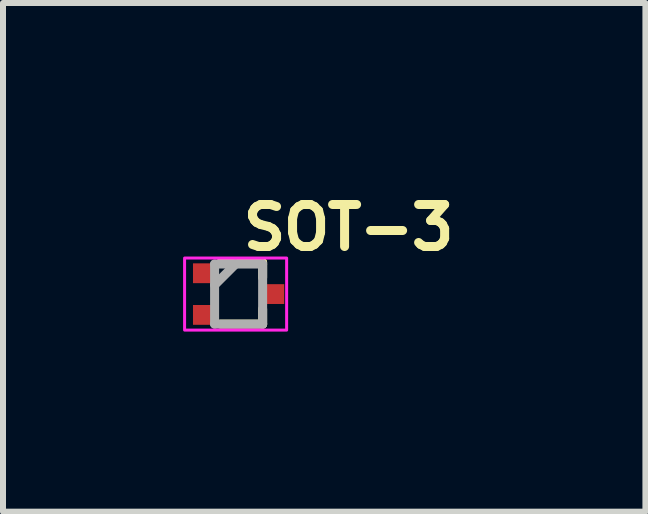
<source format=kicad_pcb>
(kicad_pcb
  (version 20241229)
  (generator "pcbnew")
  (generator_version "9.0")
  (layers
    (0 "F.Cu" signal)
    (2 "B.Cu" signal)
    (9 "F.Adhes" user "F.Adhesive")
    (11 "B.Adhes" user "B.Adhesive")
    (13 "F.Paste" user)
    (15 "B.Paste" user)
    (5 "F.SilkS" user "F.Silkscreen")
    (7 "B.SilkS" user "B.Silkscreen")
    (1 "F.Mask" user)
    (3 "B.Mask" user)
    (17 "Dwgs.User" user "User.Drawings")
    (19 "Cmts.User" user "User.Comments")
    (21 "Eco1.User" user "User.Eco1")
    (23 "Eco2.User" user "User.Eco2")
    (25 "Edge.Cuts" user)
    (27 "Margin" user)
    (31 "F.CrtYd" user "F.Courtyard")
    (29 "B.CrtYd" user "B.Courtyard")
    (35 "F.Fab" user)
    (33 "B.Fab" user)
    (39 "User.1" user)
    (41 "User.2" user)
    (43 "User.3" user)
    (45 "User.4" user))
  (footprint "SOT-3"
    (layer "F.Cu")
    (at 0.925 1.849)
    (property "Reference" "SOT-3" (at 0 -0.699 0) (layer "F.SilkS") (effects (font (size 0.7 0.7) (thickness 0.15)) (justify left bottom)))
    (attr smd)
    (fp_line (start 0.4 -0.525) (end -0.3 -0.525) (stroke (width 0.15) (type solid)) (layer "F.SilkS"))
    (fp_line (start 0.4 -0.275) (end 0.4 -0.525) (stroke (width 0.15) (type solid)) (layer "F.SilkS"))
    (fp_line (start 0.4 0.5) (end -0.3 0.5) (stroke (width 0.15) (type solid)) (layer "F.SilkS"))
    (fp_line (start 0.4 0.5) (end 0.4 0.25) (stroke (width 0.15) (type solid)) (layer "F.SilkS"))
    (fp_rect (start -0.9 -0.6) (end 0.8 0.6) (stroke (width 0.05) (type solid)) (fill no) (layer "F.CrtYd"))
    (fp_line (start -0.4 -0.5) (end 0.4 -0.5) (stroke (width 0.15) (type solid)) (layer "F.Fab"))
    (fp_line (start -0.4 -0.15) (end -0.05 -0.5) (stroke (width 0.15) (type solid)) (layer "F.Fab"))
    (fp_line (start -0.4 0.5) (end -0.4 -0.5) (stroke (width 0.15) (type solid)) (layer "F.Fab"))
    (fp_line (start 0.4 -0.5) (end 0.4 0.5) (stroke (width 0.15) (type solid)) (layer "F.Fab"))
    (fp_line (start 0.4 0.5) (end -0.4 0.5) (stroke (width 0.15) (type solid)) (layer "F.Fab"))
    (fp_rect (start -0.5 -0.5) (end 0.5 0.5) (stroke (width 0.1) (type solid)) (fill no) (layer "User.5"))
    (fp_line (start -0.5 -0.425) (end -0.5 -0.275) (stroke (width 0.02) (type solid)) (layer "User.9"))
    (fp_line (start -0.5 -0.275) (end -0.393 -0.275) (stroke (width 0.02) (type solid)) (layer "User.9"))
    (fp_line (start -0.5 0.275) (end -0.5 0.425) (stroke (width 0.02) (type solid)) (layer "User.9"))
    (fp_line (start -0.5 0.425) (end -0.393 0.425) (stroke (width 0.02) (type solid)) (layer "User.9"))
    (fp_line (start -0.4 -0.474) (end -0.4 -0.425) (stroke (width 0.02) (type solid)) (layer "User.9"))
    (fp_line (start -0.4 -0.474) (end -0.399 -0.476) (stroke (width 0.02) (type solid)) (layer "User.9"))
    (fp_line (start -0.4 -0.275) (end -0.4 0.275) (stroke (width 0.02) (type solid)) (layer "User.9"))
    (fp_line (start -0.4 0.425) (end -0.4 0.474) (stroke (width 0.02) (type solid)) (layer "User.9"))
    (fp_line (start -0.399 -0.48) (end -0.398 -0.481) (stroke (width 0.02) (type solid)) (layer "User.9"))
    (fp_line (start -0.399 -0.478) (end -0.399 -0.48) (stroke (width 0.02) (type solid)) (layer "User.9"))
    (fp_line (start -0.399 -0.476) (end -0.399 -0.478) (stroke (width 0.02) (type solid)) (layer "User.9"))
    (fp_line (start -0.399 0.476) (end -0.4 0.474) (stroke (width 0.02) (type solid)) (layer "User.9"))
    (fp_line (start -0.399 0.478) (end -0.399 0.476) (stroke (width 0.02) (type solid)) (layer "User.9"))
    (fp_line (start -0.399 0.48) (end -0.399 0.478) (stroke (width 0.02) (type solid)) (layer "User.9"))
    (fp_line (start -0.398 -0.484) (end -0.397 -0.485) (stroke (width 0.02) (type solid)) (layer "User.9"))
    (fp_line (start -0.398 -0.482) (end -0.398 -0.484) (stroke (width 0.02) (type solid)) (layer "User.9"))
    (fp_line (start -0.398 -0.481) (end -0.398 -0.482) (stroke (width 0.02) (type solid)) (layer "User.9"))
    (fp_line (start -0.398 0.481) (end -0.399 0.48) (stroke (width 0.02) (type solid)) (layer "User.9"))
    (fp_line (start -0.398 0.482) (end -0.398 0.481) (stroke (width 0.02) (type solid)) (layer "User.9"))
    (fp_line (start -0.398 0.484) (end -0.398 0.482) (stroke (width 0.02) (type solid)) (layer "User.9"))
    (fp_line (start -0.397 -0.486) (end -0.396 -0.487) (stroke (width 0.02) (type solid)) (layer "User.9"))
    (fp_line (start -0.397 -0.485) (end -0.397 -0.486) (stroke (width 0.02) (type solid)) (layer "User.9"))
    (fp_line (start -0.397 0.485) (end -0.398 0.484) (stroke (width 0.02) (type solid)) (layer "User.9"))
    (fp_line (start -0.397 0.486) (end -0.397 0.485) (stroke (width 0.02) (type solid)) (layer "User.9"))
    (fp_line (start -0.396 -0.488) (end -0.395 -0.489) (stroke (width 0.02) (type solid)) (layer "User.9"))
    (fp_line (start -0.396 -0.487) (end -0.396 -0.488) (stroke (width 0.02) (type solid)) (layer "User.9"))
    (fp_line (start -0.396 0.487) (end -0.397 0.486) (stroke (width 0.02) (type solid)) (layer "User.9"))
    (fp_line (start -0.396 0.488) (end -0.396 0.487) (stroke (width 0.02) (type solid)) (layer "User.9"))
    (fp_line (start -0.395 -0.489) (end -0.394 -0.49) (stroke (width 0.02) (type solid)) (layer "User.9"))
    (fp_line (start -0.395 0.489) (end -0.396 0.488) (stroke (width 0.02) (type solid)) (layer "User.9"))
    (fp_line (start -0.394 -0.491) (end -0.393 -0.492) (stroke (width 0.02) (type solid)) (layer "User.9"))
    (fp_line (start -0.394 -0.49) (end -0.394 -0.491) (stroke (width 0.02) (type solid)) (layer "User.9"))
    (fp_line (start -0.394 0.49) (end -0.395 0.489) (stroke (width 0.02) (type solid)) (layer "User.9"))
    (fp_line (start -0.394 0.491) (end -0.394 0.49) (stroke (width 0.02) (type solid)) (layer "User.9"))
    (fp_line (start -0.393 -0.492) (end -0.392 -0.492) (stroke (width 0.02) (type solid)) (layer "User.9"))
    (fp_line (start -0.393 -0.425) (end -0.5 -0.425) (stroke (width 0.02) (type solid)) (layer "User.9"))
    (fp_line (start -0.393 -0.425) (end -0.393 -0.275) (stroke (width 0.02) (type solid)) (layer "User.9"))
    (fp_line (start -0.393 0.275) (end -0.5 0.275) (stroke (width 0.02) (type solid)) (layer "User.9"))
    (fp_line (start -0.393 0.275) (end -0.393 0.425) (stroke (width 0.02) (type solid)) (layer "User.9"))
    (fp_line (start -0.393 0.492) (end -0.394 0.491) (stroke (width 0.02) (type solid)) (layer "User.9"))
    (fp_line (start -0.392 -0.493) (end -0.391 -0.494) (stroke (width 0.02) (type solid)) (layer "User.9"))
    (fp_line (start -0.392 -0.492) (end -0.392 -0.493) (stroke (width 0.02) (type solid)) (layer "User.9"))
    (fp_line (start -0.392 0.492) (end -0.393 0.492) (stroke (width 0.02) (type solid)) (layer "User.9"))
    (fp_line (start -0.392 0.493) (end -0.392 0.492) (stroke (width 0.02) (type solid)) (layer "User.9"))
    (fp_line (start -0.391 -0.494) (end -0.39 -0.494) (stroke (width 0.02) (type solid)) (layer "User.9"))
    (fp_line (start -0.391 0.494) (end -0.392 0.493) (stroke (width 0.02) (type solid)) (layer "User.9"))
    (fp_line (start -0.39 -0.494) (end -0.389 -0.495) (stroke (width 0.02) (type solid)) (layer "User.9"))
    (fp_line (start -0.39 0.494) (end -0.391 0.494) (stroke (width 0.02) (type solid)) (layer "User.9"))
    (fp_line (start -0.389 -0.495) (end -0.388 -0.496) (stroke (width 0.02) (type solid)) (layer "User.9"))
    (fp_line (start -0.389 0.495) (end -0.39 0.494) (stroke (width 0.02) (type solid)) (layer "User.9"))
    (fp_line (start -0.388 -0.496) (end -0.387 -0.496) (stroke (width 0.02) (type solid)) (layer "User.9"))
    (fp_line (start -0.388 0.496) (end -0.389 0.495) (stroke (width 0.02) (type solid)) (layer "User.9"))
    (fp_line (start -0.387 -0.496) (end -0.386 -0.497) (stroke (width 0.02) (type solid)) (layer "User.9"))
    (fp_line (start -0.387 0.496) (end -0.388 0.496) (stroke (width 0.02) (type solid)) (layer "User.9"))
    (fp_line (start -0.386 -0.497) (end -0.385 -0.497) (stroke (width 0.02) (type solid)) (layer "User.9"))
    (fp_line (start -0.386 0.497) (end -0.387 0.496) (stroke (width 0.02) (type solid)) (layer "User.9"))
    (fp_line (start -0.385 -0.497) (end -0.384 -0.498) (stroke (width 0.02) (type solid)) (layer "User.9"))
    (fp_line (start -0.385 0.497) (end -0.386 0.497) (stroke (width 0.02) (type solid)) (layer "User.9"))
    (fp_line (start -0.384 -0.498) (end -0.382 -0.498) (stroke (width 0.02) (type solid)) (layer "User.9"))
    (fp_line (start -0.384 0.498) (end -0.385 0.497) (stroke (width 0.02) (type solid)) (layer "User.9"))
    (fp_line (start -0.382 -0.498) (end -0.381 -0.498) (stroke (width 0.02) (type solid)) (layer "User.9"))
    (fp_line (start -0.382 0.498) (end -0.384 0.498) (stroke (width 0.02) (type solid)) (layer "User.9"))
    (fp_line (start -0.381 -0.498) (end -0.38 -0.499) (stroke (width 0.02) (type solid)) (layer "User.9"))
    (fp_line (start -0.381 0.498) (end -0.382 0.498) (stroke (width 0.02) (type solid)) (layer "User.9"))
    (fp_line (start -0.38 -0.499) (end -0.379 -0.499) (stroke (width 0.02) (type solid)) (layer "User.9"))
    (fp_line (start -0.38 0.499) (end -0.381 0.498) (stroke (width 0.02) (type solid)) (layer "User.9"))
    (fp_line (start -0.379 -0.499) (end -0.377 -0.499) (stroke (width 0.02) (type solid)) (layer "User.9"))
    (fp_line (start -0.379 0.499) (end -0.38 0.499) (stroke (width 0.02) (type solid)) (layer "User.9"))
    (fp_line (start -0.377 -0.499) (end -0.375 -0.5) (stroke (width 0.02) (type solid)) (layer "User.9"))
    (fp_line (start -0.377 0.499) (end -0.379 0.499) (stroke (width 0.02) (type solid)) (layer "User.9"))
    (fp_line (start -0.375 -0.5) (end 0.375 -0.5) (stroke (width 0.02) (type solid)) (layer "User.9"))
    (fp_line (start -0.375 0.5) (end -0.377 0.499) (stroke (width 0.02) (type solid)) (layer "User.9"))
    (fp_line (start -0.375 0.5) (end 0.375 0.5) (stroke (width 0.02) (type solid)) (layer "User.9"))
    (fp_line (start -0.36 -0.442) (end -0.36 -0.44) (stroke (width 0.02) (type solid)) (layer "User.9"))
    (fp_line (start -0.36 -0.44) (end -0.36 -0.439) (stroke (width 0.02) (type solid)) (layer "User.9"))
    (fp_line (start -0.36 -0.439) (end -0.36 -0.438) (stroke (width 0.02) (type solid)) (layer "User.9"))
    (fp_line (start -0.36 -0.438) (end -0.36 -0.437) (stroke (width 0.02) (type solid)) (layer "User.9"))
    (fp_line (start -0.36 -0.437) (end -0.36 -0.435) (stroke (width 0.02) (type solid)) (layer "User.9"))
    (fp_line (start -0.36 0.435) (end -0.36 0.437) (stroke (width 0.02) (type solid)) (layer "User.9"))
    (fp_line (start -0.36 0.437) (end -0.36 0.438) (stroke (width 0.02) (type solid)) (layer "User.9"))
    (fp_line (start -0.36 0.438) (end -0.36 0.439) (stroke (width 0.02) (type solid)) (layer "User.9"))
    (fp_line (start -0.36 0.439) (end -0.36 0.44) (stroke (width 0.02) (type solid)) (layer "User.9"))
    (fp_line (start -0.36 0.44) (end -0.36 0.442) (stroke (width 0.02) (type solid)) (layer "User.9"))
    (fp_line (start -0.36 0.442) (end -0.359 0.443) (stroke (width 0.02) (type solid)) (layer "User.9"))
    (fp_line (start -0.359 -0.444) (end -0.359 -0.443) (stroke (width 0.02) (type solid)) (layer "User.9"))
    (fp_line (start -0.359 -0.443) (end -0.36 -0.442) (stroke (width 0.02) (type solid)) (layer "User.9"))
    (fp_line (start -0.359 0.443) (end -0.359 0.444) (stroke (width 0.02) (type solid)) (layer "User.9"))
    (fp_line (start -0.359 0.444) (end -0.358 0.445) (stroke (width 0.02) (type solid)) (layer "User.9"))
    (fp_line (start -0.358 -0.446) (end -0.358 -0.445) (stroke (width 0.02) (type solid)) (layer "User.9"))
    (fp_line (start -0.358 -0.445) (end -0.359 -0.444) (stroke (width 0.02) (type solid)) (layer "User.9"))
    (fp_line (start -0.358 0.445) (end -0.358 0.446) (stroke (width 0.02) (type solid)) (layer "User.9"))
    (fp_line (start -0.358 0.446) (end -0.357 0.447) (stroke (width 0.02) (type solid)) (layer "User.9"))
    (fp_line (start -0.357 -0.448) (end -0.357 -0.447) (stroke (width 0.02) (type solid)) (layer "User.9"))
    (fp_line (start -0.357 -0.447) (end -0.358 -0.446) (stroke (width 0.02) (type solid)) (layer "User.9"))
    (fp_line (start -0.357 0.447) (end -0.357 0.448) (stroke (width 0.02) (type solid)) (layer "User.9"))
    (fp_line (start -0.357 0.448) (end -0.356 0.449) (stroke (width 0.02) (type solid)) (layer "User.9"))
    (fp_line (start -0.356 -0.449) (end -0.357 -0.448) (stroke (width 0.02) (type solid)) (layer "User.9"))
    (fp_line (start -0.356 0.449) (end -0.355 0.45) (stroke (width 0.02) (type solid)) (layer "User.9"))
    (fp_line (start -0.355 -0.451) (end -0.355 -0.45) (stroke (width 0.02) (type solid)) (layer "User.9"))
    (fp_line (start -0.355 -0.45) (end -0.356 -0.449) (stroke (width 0.02) (type solid)) (layer "User.9"))
    (fp_line (start -0.355 0.45) (end -0.355 0.451) (stroke (width 0.02) (type solid)) (layer "User.9"))
    (fp_line (start -0.355 0.451) (end -0.354 0.452) (stroke (width 0.02) (type solid)) (layer "User.9"))
    (fp_line (start -0.354 -0.452) (end -0.355 -0.451) (stroke (width 0.02) (type solid)) (layer "User.9"))
    (fp_line (start -0.354 0.452) (end -0.353 0.453) (stroke (width 0.02) (type solid)) (layer "User.9"))
    (fp_line (start -0.353 -0.453) (end -0.354 -0.452) (stroke (width 0.02) (type solid)) (layer "User.9"))
    (fp_line (start -0.353 0.453) (end -0.352 0.454) (stroke (width 0.02) (type solid)) (layer "User.9"))
    (fp_line (start -0.352 -0.454) (end -0.353 -0.453) (stroke (width 0.02) (type solid)) (layer "User.9"))
    (fp_line (start -0.352 0.454) (end -0.35 0.455) (stroke (width 0.02) (type solid)) (layer "User.9"))
    (fp_line (start -0.35 -0.455) (end -0.352 -0.454) (stroke (width 0.02) (type solid)) (layer "User.9"))
    (fp_line (start -0.35 0.455) (end -0.349 0.455) (stroke (width 0.02) (type solid)) (layer "User.9"))
    (fp_line (start -0.349 -0.455) (end -0.35 -0.455) (stroke (width 0.02) (type solid)) (layer "User.9"))
    (fp_line (start -0.349 0.455) (end -0.348 0.456) (stroke (width 0.02) (type solid)) (layer "User.9"))
    (fp_line (start -0.348 -0.456) (end -0.349 -0.455) (stroke (width 0.02) (type solid)) (layer "User.9"))
    (fp_line (start -0.348 0.456) (end -0.347 0.457) (stroke (width 0.02) (type solid)) (layer "User.9"))
    (fp_line (start -0.347 -0.457) (end -0.348 -0.456) (stroke (width 0.02) (type solid)) (layer "User.9"))
    (fp_line (start -0.347 0.457) (end -0.346 0.457) (stroke (width 0.02) (type solid)) (layer "User.9"))
    (fp_line (start -0.346 -0.457) (end -0.347 -0.457) (stroke (width 0.02) (type solid)) (layer "User.9"))
    (fp_line (start -0.346 0.457) (end -0.345 0.458) (stroke (width 0.02) (type solid)) (layer "User.9"))
    (fp_line (start -0.345 -0.458) (end -0.346 -0.457) (stroke (width 0.02) (type solid)) (layer "User.9"))
    (fp_line (start -0.345 0.458) (end -0.344 0.458) (stroke (width 0.02) (type solid)) (layer "User.9"))
    (fp_line (start -0.344 -0.458) (end -0.345 -0.458) (stroke (width 0.02) (type solid)) (layer "User.9"))
    (fp_line (start -0.344 0.458) (end -0.343 0.459) (stroke (width 0.02) (type solid)) (layer "User.9"))
    (fp_line (start -0.343 -0.459) (end -0.344 -0.458) (stroke (width 0.02) (type solid)) (layer "User.9"))
    (fp_line (start -0.343 -0.459) (end -0.343 -0.459) (stroke (width 0.02) (type solid)) (layer "User.9"))
    (fp_line (start -0.343 0.459) (end -0.343 0.459) (stroke (width 0.02) (type solid)) (layer "User.9"))
    (fp_line (start -0.343 0.459) (end -0.342 0.46) (stroke (width 0.02) (type solid)) (layer "User.9"))
    (fp_line (start -0.342 -0.46) (end -0.343 -0.459) (stroke (width 0.02) (type solid)) (layer "User.9"))
    (fp_line (start -0.342 0.46) (end -0.34 0.46) (stroke (width 0.02) (type solid)) (layer "User.9"))
    (fp_line (start -0.34 -0.46) (end -0.342 -0.46) (stroke (width 0.02) (type solid)) (layer "User.9"))
    (fp_line (start -0.34 0.46) (end -0.339 0.46) (stroke (width 0.02) (type solid)) (layer "User.9"))
    (fp_line (start -0.339 -0.46) (end -0.34 -0.46) (stroke (width 0.02) (type solid)) (layer "User.9"))
    (fp_line (start -0.339 0.46) (end -0.338 0.46) (stroke (width 0.02) (type solid)) (layer "User.9"))
    (fp_line (start -0.338 -0.46) (end -0.339 -0.46) (stroke (width 0.02) (type solid)) (layer "User.9"))
    (fp_line (start -0.338 0.46) (end -0.337 0.46) (stroke (width 0.02) (type solid)) (layer "User.9"))
    (fp_line (start -0.337 -0.46) (end -0.338 -0.46) (stroke (width 0.02) (type solid)) (layer "User.9"))
    (fp_line (start -0.337 0.46) (end -0.335 0.46) (stroke (width 0.02) (type solid)) (layer "User.9"))
    (fp_line (start -0.335 -0.46) (end -0.337 -0.46) (stroke (width 0.02) (type solid)) (layer "User.9"))
    (fp_line (start -0.335 -0.435) (end -0.335 -0.46) (stroke (width 0.02) (type solid)) (layer "User.9"))
    (fp_line (start -0.335 0.435) (end -0.36 0.435) (stroke (width 0.02) (type solid)) (layer "User.9"))
    (fp_line (start 0.335 -0.46) (end 0.335 -0.435) (stroke (width 0.02) (type solid)) (layer "User.9"))
    (fp_line (start 0.335 -0.435) (end 0.36 -0.435) (stroke (width 0.02) (type solid)) (layer "User.9"))
    (fp_line (start 0.335 0.435) (end 0.335 0.46) (stroke (width 0.02) (type solid)) (layer "User.9"))
    (fp_line (start 0.335 0.46) (end 0.337 0.46) (stroke (width 0.02) (type solid)) (layer "User.9"))
    (fp_line (start 0.337 0.46) (end 0.338 0.46) (stroke (width 0.02) (type solid)) (layer "User.9"))
    (fp_line (start 0.338 0.46) (end 0.339 0.46) (stroke (width 0.02) (type solid)) (layer "User.9"))
    (fp_line (start 0.339 0.46) (end 0.34 0.46) (stroke (width 0.02) (type solid)) (layer "User.9"))
    (fp_line (start 0.34 0.46) (end 0.342 0.46) (stroke (width 0.02) (type solid)) (layer "User.9"))
    (fp_line (start 0.342 0.46) (end 0.343 0.459) (stroke (width 0.02) (type solid)) (layer "User.9"))
    (fp_line (start 0.343 0.459) (end 0.343 0.459) (stroke (width 0.02) (type solid)) (layer "User.9"))
    (fp_line (start 0.343 0.459) (end 0.344 0.458) (stroke (width 0.02) (type solid)) (layer "User.9"))
    (fp_line (start 0.344 0.458) (end 0.345 0.458) (stroke (width 0.02) (type solid)) (layer "User.9"))
    (fp_line (start 0.345 0.458) (end 0.346 0.457) (stroke (width 0.02) (type solid)) (layer "User.9"))
    (fp_line (start 0.346 0.457) (end 0.347 0.457) (stroke (width 0.02) (type solid)) (layer "User.9"))
    (fp_line (start 0.347 0.457) (end 0.348 0.456) (stroke (width 0.02) (type solid)) (layer "User.9"))
    (fp_line (start 0.348 0.456) (end 0.349 0.455) (stroke (width 0.02) (type solid)) (layer "User.9"))
    (fp_line (start 0.349 0.455) (end 0.35 0.455) (stroke (width 0.02) (type solid)) (layer "User.9"))
    (fp_line (start 0.35 0.455) (end 0.352 0.454) (stroke (width 0.02) (type solid)) (layer "User.9"))
    (fp_line (start 0.352 0.454) (end 0.353 0.453) (stroke (width 0.02) (type solid)) (layer "User.9"))
    (fp_line (start 0.353 0.453) (end 0.354 0.452) (stroke (width 0.02) (type solid)) (layer "User.9"))
    (fp_line (start 0.354 0.452) (end 0.355 0.451) (stroke (width 0.02) (type solid)) (layer "User.9"))
    (fp_line (start 0.355 0.45) (end 0.356 0.449) (stroke (width 0.02) (type solid)) (layer "User.9"))
    (fp_line (start 0.355 0.451) (end 0.355 0.45) (stroke (width 0.02) (type solid)) (layer "User.9"))
    (fp_line (start 0.356 0.449) (end 0.357 0.448) (stroke (width 0.02) (type solid)) (layer "User.9"))
    (fp_line (start 0.357 0.447) (end 0.358 0.446) (stroke (width 0.02) (type solid)) (layer "User.9"))
    (fp_line (start 0.357 0.448) (end 0.357 0.447) (stroke (width 0.02) (type solid)) (layer "User.9"))
    (fp_line (start 0.358 0.445) (end 0.359 0.444) (stroke (width 0.02) (type solid)) (layer "User.9"))
    (fp_line (start 0.358 0.446) (end 0.358 0.445) (stroke (width 0.02) (type solid)) (layer "User.9"))
    (fp_line (start 0.359 0.443) (end 0.36 0.442) (stroke (width 0.02) (type solid)) (layer "User.9"))
    (fp_line (start 0.359 0.444) (end 0.359 0.443) (stroke (width 0.02) (type solid)) (layer "User.9"))
    (fp_line (start 0.36 0.437) (end 0.36 0.435) (stroke (width 0.02) (type solid)) (layer "User.9"))
    (fp_line (start 0.36 0.438) (end 0.36 0.437) (stroke (width 0.02) (type solid)) (layer "User.9"))
    (fp_line (start 0.36 0.439) (end 0.36 0.438) (stroke (width 0.02) (type solid)) (layer "User.9"))
    (fp_line (start 0.36 0.44) (end 0.36 0.439) (stroke (width 0.02) (type solid)) (layer "User.9"))
    (fp_line (start 0.36 0.442) (end 0.36 0.44) (stroke (width 0.02) (type solid)) (layer "User.9"))
    (fp_line (start 0.375 -0.5) (end 0.377 -0.499) (stroke (width 0.02) (type solid)) (layer "User.9"))
    (fp_line (start 0.377 -0.499) (end 0.379 -0.499) (stroke (width 0.02) (type solid)) (layer "User.9"))
    (fp_line (start 0.377 0.499) (end 0.375 0.5) (stroke (width 0.02) (type solid)) (layer "User.9"))
    (fp_line (start 0.379 -0.499) (end 0.38 -0.499) (stroke (width 0.02) (type solid)) (layer "User.9"))
    (fp_line (start 0.379 0.499) (end 0.377 0.499) (stroke (width 0.02) (type solid)) (layer "User.9"))
    (fp_line (start 0.38 -0.499) (end 0.381 -0.498) (stroke (width 0.02) (type solid)) (layer "User.9"))
    (fp_line (start 0.38 0.499) (end 0.379 0.499) (stroke (width 0.02) (type solid)) (layer "User.9"))
    (fp_line (start 0.381 -0.498) (end 0.382 -0.498) (stroke (width 0.02) (type solid)) (layer "User.9"))
    (fp_line (start 0.381 0.498) (end 0.38 0.499) (stroke (width 0.02) (type solid)) (layer "User.9"))
    (fp_line (start 0.382 -0.498) (end 0.384 -0.498) (stroke (width 0.02) (type solid)) (layer "User.9"))
    (fp_line (start 0.382 0.498) (end 0.381 0.498) (stroke (width 0.02) (type solid)) (layer "User.9"))
    (fp_line (start 0.384 -0.498) (end 0.385 -0.497) (stroke (width 0.02) (type solid)) (layer "User.9"))
    (fp_line (start 0.384 0.498) (end 0.382 0.498) (stroke (width 0.02) (type solid)) (layer "User.9"))
    (fp_line (start 0.385 -0.497) (end 0.386 -0.497) (stroke (width 0.02) (type solid)) (layer "User.9"))
    (fp_line (start 0.385 0.497) (end 0.384 0.498) (stroke (width 0.02) (type solid)) (layer "User.9"))
    (fp_line (start 0.386 -0.497) (end 0.387 -0.496) (stroke (width 0.02) (type solid)) (layer "User.9"))
    (fp_line (start 0.386 0.497) (end 0.385 0.497) (stroke (width 0.02) (type solid)) (layer "User.9"))
    (fp_line (start 0.387 -0.496) (end 0.388 -0.496) (stroke (width 0.02) (type solid)) (layer "User.9"))
    (fp_line (start 0.387 0.496) (end 0.386 0.497) (stroke (width 0.02) (type solid)) (layer "User.9"))
    (fp_line (start 0.388 -0.496) (end 0.389 -0.495) (stroke (width 0.02) (type solid)) (layer "User.9"))
    (fp_line (start 0.388 0.496) (end 0.387 0.496) (stroke (width 0.02) (type solid)) (layer "User.9"))
    (fp_line (start 0.389 -0.495) (end 0.39 -0.494) (stroke (width 0.02) (type solid)) (layer "User.9"))
    (fp_line (start 0.389 0.495) (end 0.388 0.496) (stroke (width 0.02) (type solid)) (layer "User.9"))
    (fp_line (start 0.39 -0.494) (end 0.391 -0.494) (stroke (width 0.02) (type solid)) (layer "User.9"))
    (fp_line (start 0.39 0.494) (end 0.389 0.495) (stroke (width 0.02) (type solid)) (layer "User.9"))
    (fp_line (start 0.391 -0.494) (end 0.392 -0.493) (stroke (width 0.02) (type solid)) (layer "User.9"))
    (fp_line (start 0.391 0.494) (end 0.39 0.494) (stroke (width 0.02) (type solid)) (layer "User.9"))
    (fp_line (start 0.392 -0.493) (end 0.392 -0.492) (stroke (width 0.02) (type solid)) (layer "User.9"))
    (fp_line (start 0.392 -0.492) (end 0.393 -0.492) (stroke (width 0.02) (type solid)) (layer "User.9"))
    (fp_line (start 0.392 0.492) (end 0.392 0.493) (stroke (width 0.02) (type solid)) (layer "User.9"))
    (fp_line (start 0.392 0.493) (end 0.391 0.494) (stroke (width 0.02) (type solid)) (layer "User.9"))
    (fp_line (start 0.393 -0.492) (end 0.394 -0.491) (stroke (width 0.02) (type solid)) (layer "User.9"))
    (fp_line (start 0.393 -0.075) (end 0.393 0.075) (stroke (width 0.02) (type solid)) (layer "User.9"))
    (fp_line (start 0.393 0.075) (end 0.5 0.075) (stroke (width 0.02) (type solid)) (layer "User.9"))
    (fp_line (start 0.393 0.492) (end 0.392 0.492) (stroke (width 0.02) (type solid)) (layer "User.9"))
    (fp_line (start 0.394 -0.491) (end 0.394 -0.49) (stroke (width 0.02) (type solid)) (layer "User.9"))
    (fp_line (start 0.394 -0.49) (end 0.395 -0.489) (stroke (width 0.02) (type solid)) (layer "User.9"))
    (fp_line (start 0.394 0.49) (end 0.394 0.491) (stroke (width 0.02) (type solid)) (layer "User.9"))
    (fp_line (start 0.394 0.491) (end 0.393 0.492) (stroke (width 0.02) (type solid)) (layer "User.9"))
    (fp_line (start 0.395 -0.489) (end 0.396 -0.488) (stroke (width 0.02) (type solid)) (layer "User.9"))
    (fp_line (start 0.395 0.489) (end 0.394 0.49) (stroke (width 0.02) (type solid)) (layer "User.9"))
    (fp_line (start 0.396 -0.488) (end 0.396 -0.487) (stroke (width 0.02) (type solid)) (layer "User.9"))
    (fp_line (start 0.396 -0.487) (end 0.397 -0.486) (stroke (width 0.02) (type solid)) (layer "User.9"))
    (fp_line (start 0.396 0.487) (end 0.396 0.488) (stroke (width 0.02) (type solid)) (layer "User.9"))
    (fp_line (start 0.396 0.488) (end 0.395 0.489) (stroke (width 0.02) (type solid)) (layer "User.9"))
    (fp_line (start 0.397 -0.486) (end 0.397 -0.485) (stroke (width 0.02) (type solid)) (layer "User.9"))
    (fp_line (start 0.397 -0.485) (end 0.398 -0.484) (stroke (width 0.02) (type solid)) (layer "User.9"))
    (fp_line (start 0.397 0.485) (end 0.397 0.486) (stroke (width 0.02) (type solid)) (layer "User.9"))
    (fp_line (start 0.397 0.486) (end 0.396 0.487) (stroke (width 0.02) (type solid)) (layer "User.9"))
    (fp_line (start 0.398 -0.484) (end 0.398 -0.482) (stroke (width 0.02) (type solid)) (layer "User.9"))
    (fp_line (start 0.398 -0.482) (end 0.398 -0.481) (stroke (width 0.02) (type solid)) (layer "User.9"))
    (fp_line (start 0.398 -0.481) (end 0.399 -0.48) (stroke (width 0.02) (type solid)) (layer "User.9"))
    (fp_line (start 0.398 0.481) (end 0.398 0.482) (stroke (width 0.02) (type solid)) (layer "User.9"))
    (fp_line (start 0.398 0.482) (end 0.398 0.484) (stroke (width 0.02) (type solid)) (layer "User.9"))
    (fp_line (start 0.398 0.484) (end 0.397 0.485) (stroke (width 0.02) (type solid)) (layer "User.9"))
    (fp_line (start 0.399 -0.48) (end 0.399 -0.478) (stroke (width 0.02) (type solid)) (layer "User.9"))
    (fp_line (start 0.399 -0.478) (end 0.399 -0.476) (stroke (width 0.02) (type solid)) (layer "User.9"))
    (fp_line (start 0.399 -0.476) (end 0.4 -0.474) (stroke (width 0.02) (type solid)) (layer "User.9"))
    (fp_line (start 0.399 0.476) (end 0.399 0.478) (stroke (width 0.02) (type solid)) (layer "User.9"))
    (fp_line (start 0.399 0.478) (end 0.399 0.48) (stroke (width 0.02) (type solid)) (layer "User.9"))
    (fp_line (start 0.399 0.48) (end 0.398 0.481) (stroke (width 0.02) (type solid)) (layer "User.9"))
    (fp_line (start 0.4 -0.474) (end 0.4 -0.075) (stroke (width 0.02) (type solid)) (layer "User.9"))
    (fp_line (start 0.4 0.075) (end 0.4 0.474) (stroke (width 0.02) (type solid)) (layer "User.9"))
    (fp_line (start 0.4 0.474) (end 0.399 0.476) (stroke (width 0.02) (type solid)) (layer "User.9"))
    (fp_line (start 0.5 -0.075) (end 0.393 -0.075) (stroke (width 0.02) (type solid)) (layer "User.9"))
    (fp_line (start 0.5 0.075) (end 0.5 -0.075) (stroke (width 0.02) (type solid)) (layer "User.9"))
    (pad "1" smd rect (at -0.58 -0.347 90) (size 0.33 0.36) (layers "F.Cu" "F.Mask" "F.Paste"))
    (pad "2" smd rect (at -0.58 0.347 90) (size 0.33 0.36) (layers "F.Cu" "F.Mask" "F.Paste"))
    (pad "3" smd rect (at 0.58 0 90) (size 0.33 0.36) (layers "F.Cu" "F.Mask" "F.Paste")))
  (gr_rect
    (start -3 -3)
    (end 7.702 5.474)
    (stroke (width 0.1) (type default))
    (fill no)
    (layer "Edge.Cuts")))
</source>
